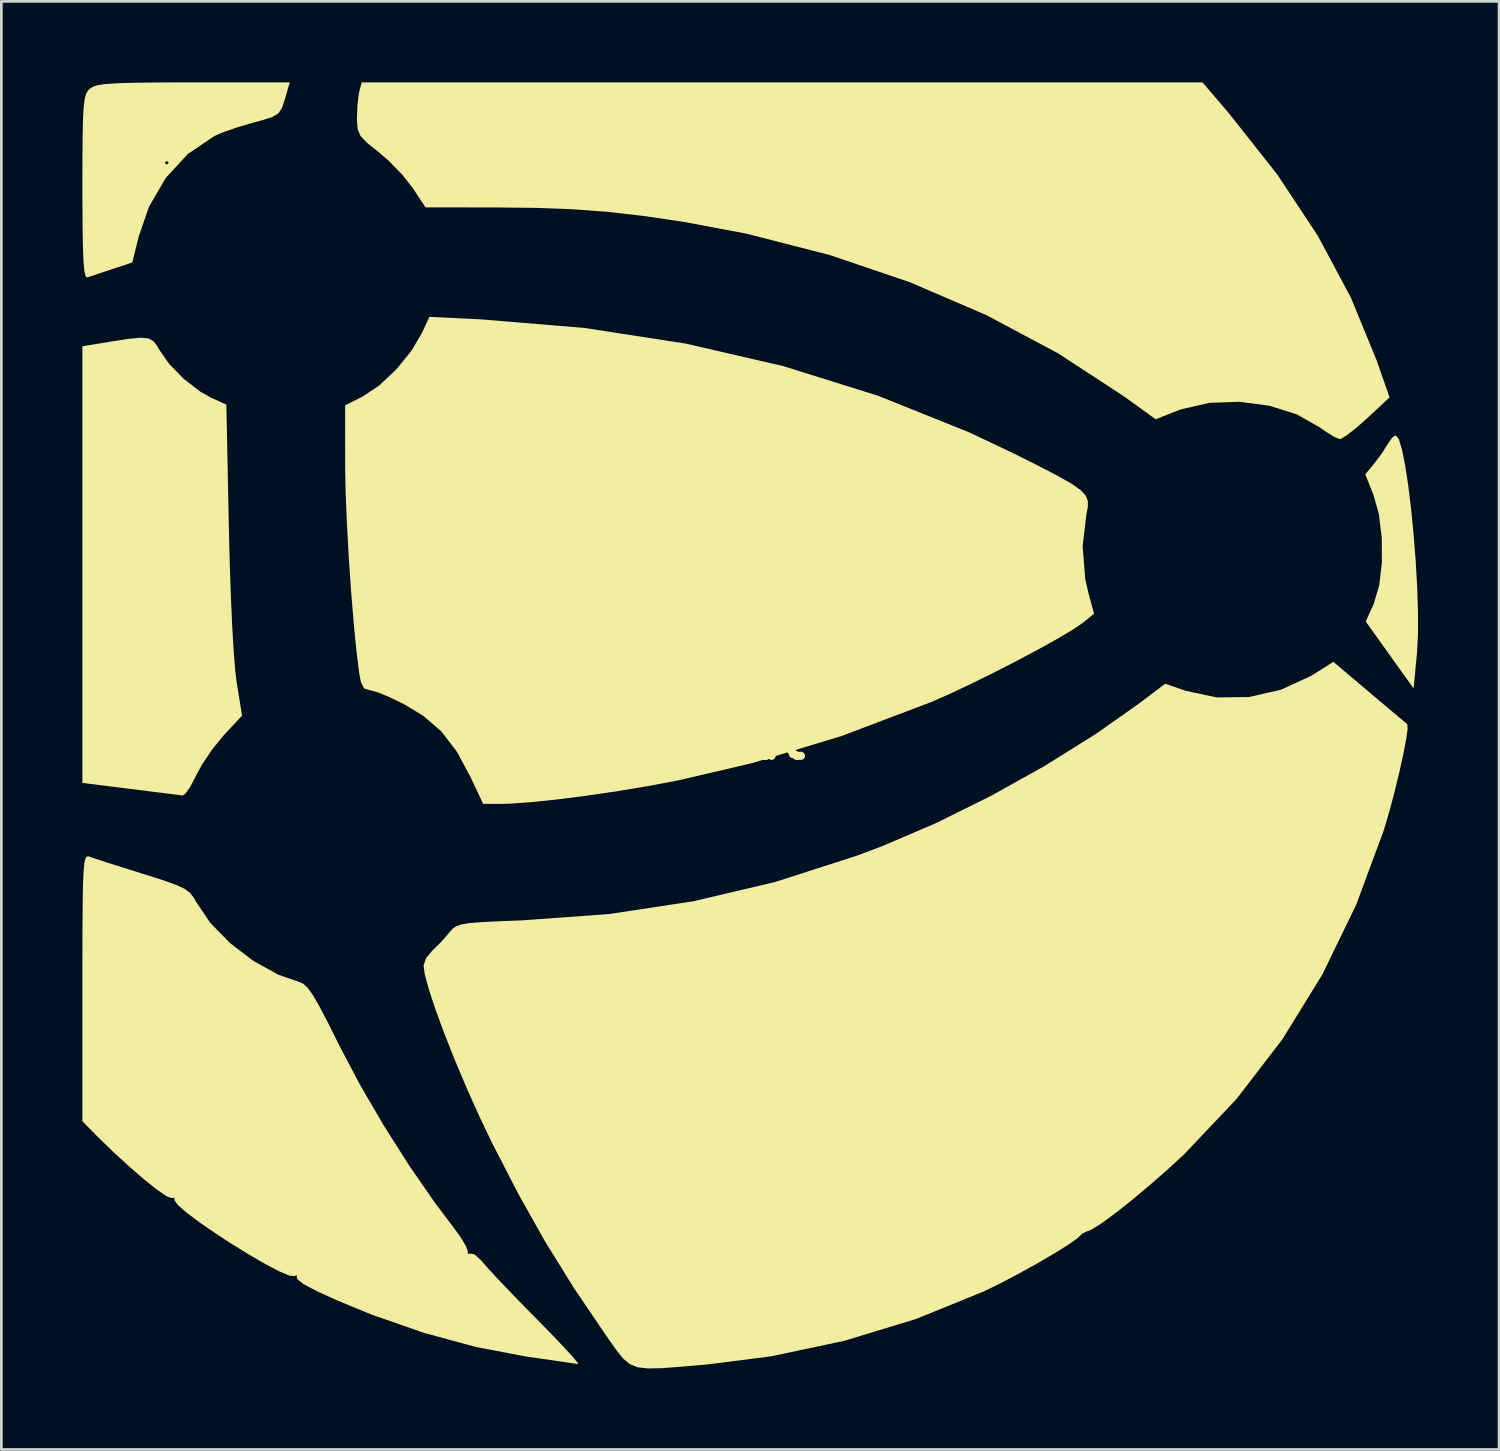
<source format=kicad_pcb>
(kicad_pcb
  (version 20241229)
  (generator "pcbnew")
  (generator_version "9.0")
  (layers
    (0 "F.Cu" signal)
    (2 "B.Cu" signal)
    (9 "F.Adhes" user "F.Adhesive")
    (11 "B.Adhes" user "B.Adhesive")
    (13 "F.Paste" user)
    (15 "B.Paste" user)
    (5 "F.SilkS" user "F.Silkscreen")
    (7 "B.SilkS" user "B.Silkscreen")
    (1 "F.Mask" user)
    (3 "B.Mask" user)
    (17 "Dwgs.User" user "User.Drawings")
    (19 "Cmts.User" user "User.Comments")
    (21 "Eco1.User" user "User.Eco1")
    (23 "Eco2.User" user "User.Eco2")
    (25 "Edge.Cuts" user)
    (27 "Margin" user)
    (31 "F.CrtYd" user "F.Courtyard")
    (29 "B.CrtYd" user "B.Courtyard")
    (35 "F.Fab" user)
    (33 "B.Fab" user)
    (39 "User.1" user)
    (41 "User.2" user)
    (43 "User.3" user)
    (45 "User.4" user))
  (footprint "cut"
    (layer "F.Cu")
    (at 24.965 24.239)
    (property "Reference" "cut" (at 0 0 0) (layer "F.SilkS") (effects (font (size 1.524 1.524) (thickness 0.3))))
    (attr board_only exclude_from_pos_files exclude_from_bom)
    (fp_poly (pts (xy 23.762 -11.038) (xy 23.88 -10.653) (xy 23.998 -10.064) (xy 24.113 -9.314) (xy 24.219 -8.446) (xy 24.312 -7.502) (xy 24.388 -6.527) (xy 24.444 -5.563) (xy 24.474 -4.653) (xy 24.474 -3.841) (xy 24.441 -3.168) (xy 24.437 -3.116) (xy 24.311 -1.806) (xy 23.425 -3.044) (xy 22.539 -4.282) (xy 22.834 -4.935) (xy 23.038 -5.617) (xy 23.137 -6.467) (xy 23.133 -7.383) (xy 23.025 -8.261) (xy 22.827 -8.966) (xy 22.522 -9.732) (xy 22.851 -10.127) (xy 23.132 -10.501) (xy 23.35 -10.847) (xy 23.352 -10.849) (xy 23.525 -11.097) (xy 23.648 -11.176)) (stroke (width 0) (type solid)) (fill yes) (layer "F.SilkS"))
    (fp_poly (pts (xy -22.509 -14.759) (xy -22.319 -14.648) (xy -22.175 -14.445) (xy -22.125 -14.351) (xy -21.748 -13.811) (xy -21.205 -13.259) (xy -20.598 -12.79) (xy -20.195 -12.564) (xy -19.636 -12.312) (xy -19.544 -7.789) (xy -19.511 -6.444) (xy -19.468 -5.195) (xy -19.418 -4.083) (xy -19.362 -3.146) (xy -19.303 -2.427) (xy -19.254 -2.032) (xy -19.055 -0.798) (xy -19.732 -0.073) (xy -20.155 0.443) (xy -20.544 1.023) (xy -20.754 1.415) (xy -20.964 1.823) (xy -21.153 2.092) (xy -21.253 2.157) (xy -21.45 2.132) (xy -21.874 2.079) (xy -22.463 2.005) (xy -23.156 1.918) (xy -23.187 1.915) (xy -24.965 1.692) (xy -24.965 -14.472) (xy -23.957 -14.638) (xy -23.269 -14.745) (xy -22.806 -14.789)) (stroke (width 0) (type solid)) (fill yes) (layer "F.SilkS"))
    (fp_poly (pts (xy -17.468 -23.624) (xy -17.575 -23.299) (xy -17.708 -23.095) (xy -17.942 -22.955) (xy -18.35 -22.827) (xy -18.63 -22.752) (xy -19.208 -22.584) (xy -19.74 -22.4) (xy -20.076 -22.257) (xy -21.06 -21.59) (xy -21.878 -20.704) (xy -22.502 -19.632) (xy -22.877 -18.544) (xy -23.117 -17.573) (xy -23.859 -17.329) (xy -24.312 -17.179) (xy -24.663 -17.06) (xy -24.783 -17.018) (xy -24.843 -17.056) (xy -24.889 -17.238) (xy -24.923 -17.593) (xy -24.945 -18.146) (xy -24.959 -18.926) (xy -24.964 -19.96) (xy -24.965 -20.355) (xy -24.963 -21.263) (xy -21.917 -21.263) (xy -21.844 -21.191) (xy -21.771 -21.263) (xy -21.844 -21.336) (xy -21.917 -21.263) (xy -24.963 -21.263) (xy -24.963 -21.443) (xy -24.956 -22.278) (xy -24.942 -22.896) (xy -24.917 -23.335) (xy -24.879 -23.631) (xy -24.826 -23.821) (xy -24.753 -23.943) (xy -24.699 -23.999) (xy -24.585 -24.074) (xy -24.407 -24.133) (xy -24.131 -24.176) (xy -23.719 -24.205) (xy -23.138 -24.224) (xy -22.351 -24.235) (xy -21.323 -24.239) (xy -20.862 -24.239) (xy -17.29 -24.239)) (stroke (width 0) (type solid)) (fill yes) (layer "F.SilkS"))
    (fp_poly (pts (xy 17.487 -23.081) (xy 19.27 -20.823) (xy 20.77 -18.555) (xy 21.992 -16.267) (xy 22.943 -13.949) (xy 22.948 -13.935) (xy 23.421 -12.579) (xy 22.59 -11.805) (xy 22.174 -11.438) (xy 21.825 -11.167) (xy 21.607 -11.039) (xy 21.583 -11.035) (xy 21.372 -11.119) (xy 21.034 -11.329) (xy 20.846 -11.465) (xy 19.988 -11.952) (xy 18.966 -12.272) (xy 17.861 -12.417) (xy 16.751 -12.376) (xy 15.718 -12.142) (xy 15.546 -12.078) (xy 14.764 -11.769) (xy 13.587 -12.619) (xy 11.149 -14.211) (xy 8.505 -15.62) (xy 5.683 -16.835) (xy 2.712 -17.845) (xy -0.382 -18.639) (xy -2.685 -19.072) (xy -4.143 -19.288) (xy -5.47 -19.442) (xy -6.775 -19.541) (xy -8.163 -19.594) (xy -9.579 -19.609) (xy -12.265 -19.613) (xy -12.74 -20.333) (xy -13.123 -20.819) (xy -13.623 -21.334) (xy -14.009 -21.666) (xy -14.43 -22.003) (xy -14.668 -22.253) (xy -14.774 -22.498) (xy -14.802 -22.82) (xy -14.802 -22.933) (xy -14.782 -23.414) (xy -14.733 -23.823) (xy -14.713 -23.912) (xy -14.626 -24.239) (xy 16.498 -24.239)) (stroke (width 0) (type solid)) (fill yes) (layer "F.SilkS"))
    (fp_poly (pts (xy -10.233 -15.469) (xy -6.371 -15.148) (xy -2.627 -14.569) (xy 0.995 -13.732) (xy 4.488 -12.639) (xy 7.846 -11.291) (xy 9.507 -10.505) (xy 10.442 -10.036) (xy 11.146 -9.671) (xy 11.65 -9.384) (xy 11.983 -9.15) (xy 12.174 -8.945) (xy 12.254 -8.743) (xy 12.253 -8.519) (xy 12.199 -8.249) (xy 12.199 -8.247) (xy 12.06 -7.073) (xy 12.157 -5.859) (xy 12.266 -5.37) (xy 12.482 -4.572) (xy 12.083 -4.246) (xy 11.734 -4.005) (xy 11.175 -3.672) (xy 10.46 -3.273) (xy 9.642 -2.837) (xy 8.777 -2.393) (xy 7.916 -1.969) (xy 7.115 -1.592) (xy 6.459 -1.304) (xy 3.135 -0.044) (xy -0.171 0.957) (xy -2.87 1.589) (xy -3.946 1.794) (xy -5.096 1.987) (xy -6.255 2.158) (xy -7.358 2.3) (xy -8.341 2.403) (xy -9.138 2.46) (xy -9.456 2.467) (xy -10.133 2.467) (xy -10.587 1.496) (xy -11.106 0.531) (xy -11.674 -0.211) (xy -12.354 -0.797) (xy -13.039 -1.211) (xy -13.558 -1.465) (xy -14.009 -1.653) (xy -14.307 -1.74) (xy -14.338 -1.742) (xy -14.536 -1.805) (xy -14.655 -2.039) (xy -14.717 -2.359) (xy -14.82 -3.187) (xy -14.923 -4.23) (xy -15.019 -5.41) (xy -15.104 -6.651) (xy -15.172 -7.877) (xy -15.219 -9.011) (xy -15.239 -9.977) (xy -15.239 -10.098) (xy -15.24 -12.286) (xy -14.595 -12.608) (xy -13.978 -13.02) (xy -13.347 -13.614) (xy -12.79 -14.298) (xy -12.408 -14.942) (xy -12.119 -15.56)) (stroke (width 0) (type solid)) (fill yes) (layer "F.SilkS"))
    (fp_poly (pts (xy 22.681 -1.658) (xy 23.203 -1.217) (xy 23.641 -0.848) (xy 23.948 -0.591) (xy 24.08 -0.482) (xy 24.08 -0.481) (xy 24.091 -0.316) (xy 24.037 0.073) (xy 23.931 0.627) (xy 23.784 1.291) (xy 23.61 2.007) (xy 23.421 2.719) (xy 23.231 3.369) (xy 23.203 3.459) (xy 22.184 6.207) (xy 20.934 8.782) (xy 19.456 11.18) (xy 17.751 13.398) (xy 15.822 15.433) (xy 15.821 15.434) (xy 15.184 16.022) (xy 14.518 16.604) (xy 13.865 17.149) (xy 13.266 17.622) (xy 12.763 17.991) (xy 12.397 18.223) (xy 12.227 18.288) (xy 12.038 18.374) (xy 12.023 18.4) (xy 11.862 18.553) (xy 11.494 18.808) (xy 10.972 19.132) (xy 10.347 19.496) (xy 9.672 19.87) (xy 8.999 20.223) (xy 8.394 20.518) (xy 5.893 21.534) (xy 3.248 22.34) (xy 0.534 22.916) (xy -1.814 23.215) (xy -2.779 23.3) (xy -3.503 23.355) (xy -4.033 23.366) (xy -4.419 23.32) (xy -4.708 23.202) (xy -4.95 22.999) (xy -5.192 22.698) (xy -5.483 22.283) (xy -5.588 22.132) (xy -6.768 20.392) (xy -7.833 18.677) (xy -8.842 16.88) (xy -9.798 15.022) (xy -10.271 14.035) (xy -10.733 13.004) (xy -11.168 11.975) (xy -11.559 10.992) (xy -11.888 10.1) (xy -12.139 9.342) (xy -12.294 8.763) (xy -12.337 8.447) (xy -12.234 8.163) (xy -12.01 7.896) (xy -11.671 7.562) (xy -11.391 7.24) (xy -11.273 7.103) (xy -11.139 7.002) (xy -10.941 6.931) (xy -10.634 6.88) (xy -10.171 6.843) (xy -9.505 6.811) (xy -8.706 6.78) (xy -5.471 6.545) (xy -2.363 6.075) (xy 0.676 5.359) (xy 3.706 4.384) (xy 4.645 4.03) (xy 6.609 3.19) (xy 8.642 2.184) (xy 10.654 1.063) (xy 12.553 -0.124) (xy 14.126 -1.233) (xy 15.117 -1.98) (xy 15.868 -1.72) (xy 17.016 -1.473) (xy 18.212 -1.487) (xy 19.4 -1.757) (xy 20.52 -2.273) (xy 20.649 -2.352) (xy 21.34 -2.791)) (stroke (width 0) (type solid)) (fill yes) (layer "F.SilkS"))
    (fp_poly (pts (xy -24.713 4.42) (xy -24.482 4.499) (xy -24.037 4.643) (xy -23.441 4.832) (xy -22.758 5.046) (xy -22.738 5.052) (xy -22.013 5.282) (xy -21.514 5.459) (xy -21.186 5.609) (xy -20.979 5.763) (xy -20.837 5.946) (xy -20.755 6.096) (xy -20.227 6.877) (xy -19.491 7.628) (xy -18.625 8.287) (xy -17.711 8.792) (xy -16.958 9.052) (xy -16.797 9.121) (xy -16.63 9.271) (xy -16.436 9.541) (xy -16.189 9.967) (xy -15.866 10.586) (xy -15.477 11.368) (xy -14.711 12.826) (xy -13.82 14.357) (xy -12.861 15.866) (xy -11.897 17.259) (xy -11.29 18.061) (xy -10.976 18.49) (xy -10.764 18.841) (xy -10.693 19.046) (xy -10.698 19.063) (xy -10.691 19.136) (xy -10.629 19.107) (xy -10.448 19.145) (xy -10.205 19.363) (xy -10.166 19.411) (xy -9.96 19.65) (xy -9.592 20.048) (xy -9.103 20.561) (xy -8.536 21.143) (xy -8.167 21.517) (xy -7.616 22.08) (xy -7.156 22.563) (xy -6.818 22.931) (xy -6.633 23.153) (xy -6.613 23.203) (xy -6.852 23.168) (xy -7.112 23.13) (xy -7.433 23.083) (xy -7.936 23.011) (xy -8.518 22.927) (xy -8.563 22.921) (xy -10.396 22.572) (xy -12.324 22.048) (xy -14.24 21.379) (xy -14.442 21.299) (xy -15.493 20.865) (xy -16.274 20.512) (xy -16.783 20.242) (xy -17.018 20.056) (xy -17.029 19.989) (xy -17.03 19.91) (xy -17.116 19.95) (xy -17.311 19.927) (xy -17.686 19.767) (xy -18.195 19.5) (xy -18.79 19.156) (xy -19.425 18.765) (xy -20.052 18.356) (xy -20.626 17.96) (xy -21.098 17.606) (xy -21.423 17.325) (xy -21.553 17.146) (xy -21.549 17.119) (xy -21.576 17.041) (xy -21.663 17.061) (xy -21.842 16.996) (xy -22.186 16.761) (xy -22.652 16.391) (xy -23.199 15.921) (xy -23.786 15.385) (xy -24.371 14.819) (xy -24.551 14.637) (xy -24.965 14.214) (xy -24.965 9.269) (xy -24.964 7.939) (xy -24.961 6.873) (xy -24.953 6.04) (xy -24.941 5.414) (xy -24.921 4.968) (xy -24.893 4.672) (xy -24.856 4.499) (xy -24.807 4.421) (xy -24.746 4.41)) (stroke (width 0) (type solid)) (fill yes) (layer "F.SilkS")))
  (gr_rect
    (start -3 -3)
    (end 52.439 50.605)
    (stroke (width 0.1) (type default))
    (fill no)
    (layer "Edge.Cuts")))
</source>
